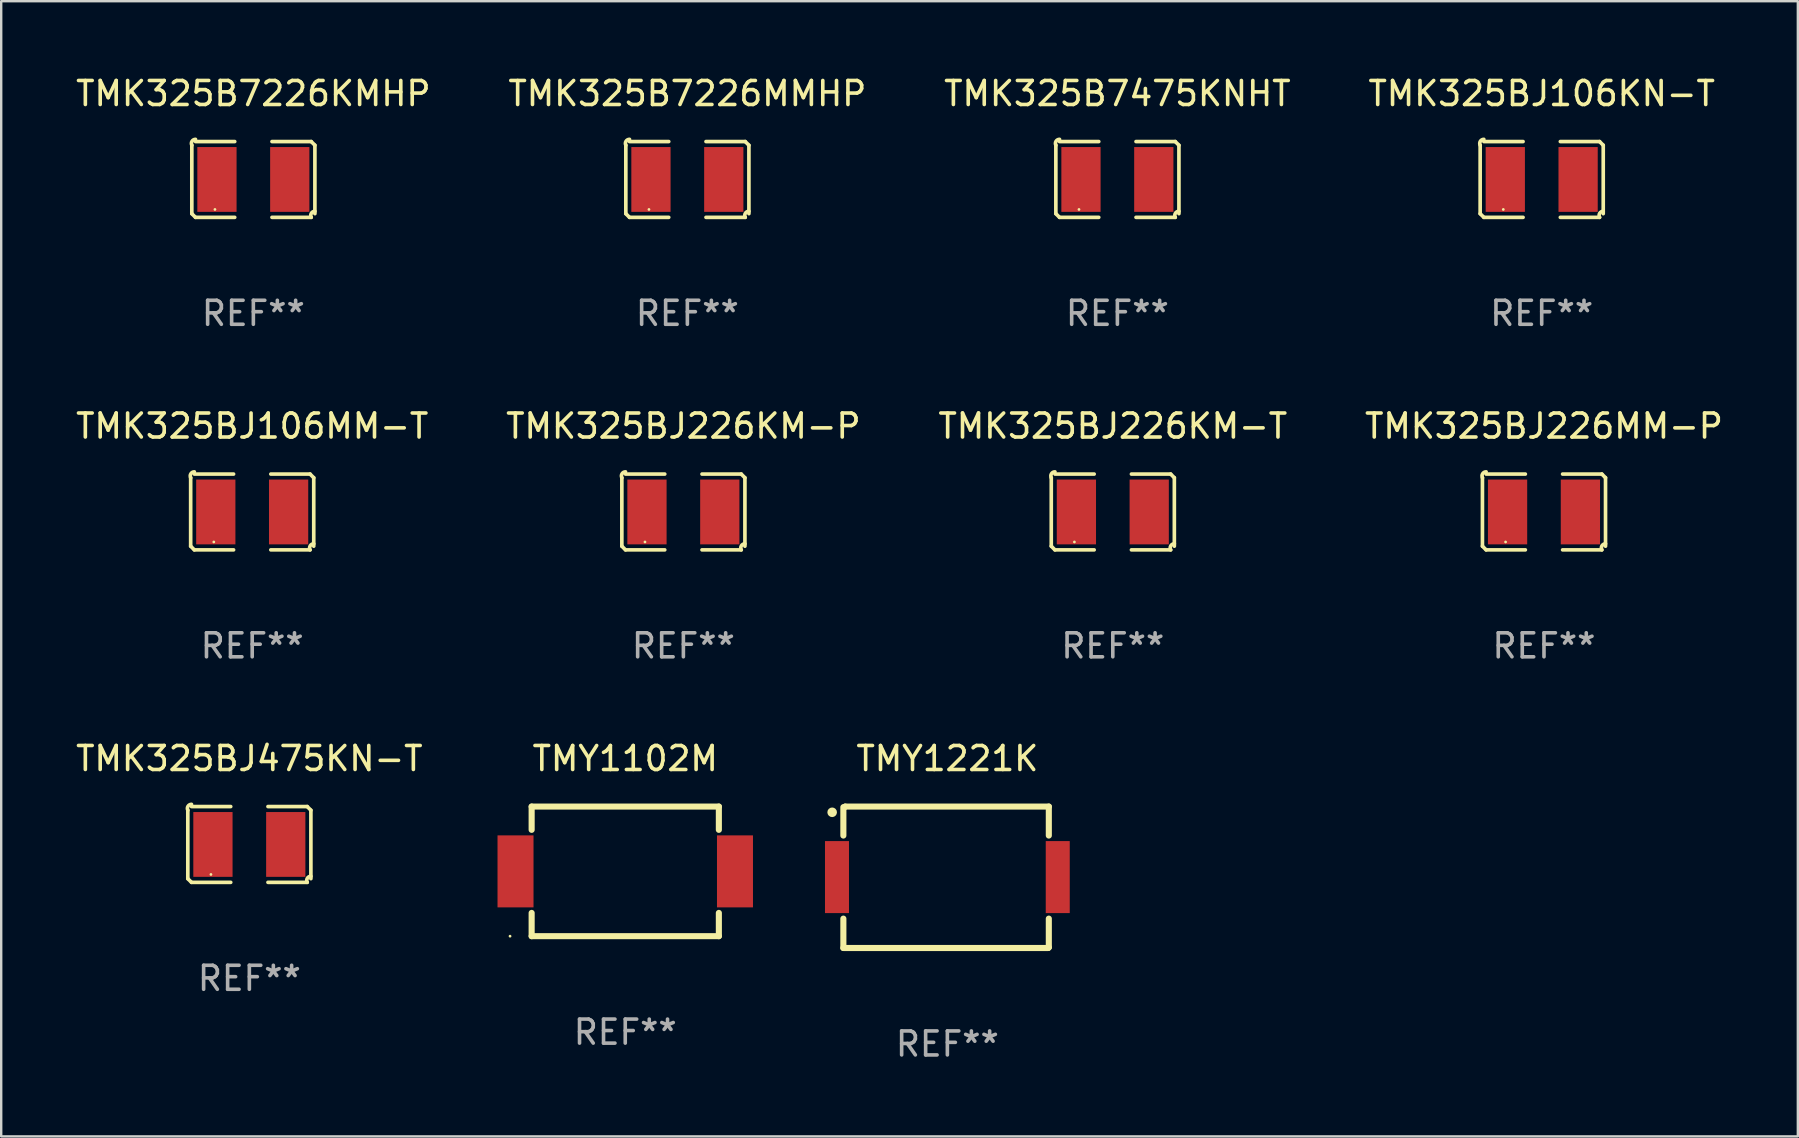
<source format=kicad_pcb>
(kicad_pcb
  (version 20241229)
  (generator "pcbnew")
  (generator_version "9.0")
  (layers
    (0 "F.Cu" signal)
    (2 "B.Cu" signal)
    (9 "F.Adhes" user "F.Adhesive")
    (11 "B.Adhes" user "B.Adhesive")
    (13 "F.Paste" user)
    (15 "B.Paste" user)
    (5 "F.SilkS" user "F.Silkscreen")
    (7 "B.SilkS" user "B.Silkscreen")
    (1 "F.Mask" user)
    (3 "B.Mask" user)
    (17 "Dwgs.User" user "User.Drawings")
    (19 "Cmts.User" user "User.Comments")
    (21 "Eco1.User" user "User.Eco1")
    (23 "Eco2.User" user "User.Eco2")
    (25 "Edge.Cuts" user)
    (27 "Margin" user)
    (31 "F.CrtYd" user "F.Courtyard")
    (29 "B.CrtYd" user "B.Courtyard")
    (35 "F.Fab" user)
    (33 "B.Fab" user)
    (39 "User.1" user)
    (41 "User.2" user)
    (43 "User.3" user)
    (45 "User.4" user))
  (footprint "TMK325BJ226KM-T"
    (layer "F.Cu")
    (at 43.315 18.281)
    (property "Reference" "TMK325BJ226KM-T" (at 0 -3.579 0) (layer "F.SilkS") (effects (font (size 1 1) (thickness 0.15))))
    (attr through_hole)
    (fp_line (start -2.564 1.426) (end -2.564 -1.426) (stroke (width 0.152) (type solid)) (layer "F.SilkS"))
    (fp_line (start -2.411 -1.579) (end -0.776 -1.579) (stroke (width 0.152) (type solid)) (layer "F.SilkS"))
    (fp_line (start -0.776 1.579) (end -2.411 1.579) (stroke (width 0.152) (type solid)) (layer "F.SilkS"))
    (fp_line (start 0.776 1.579) (end 2.411 1.579) (stroke (width 0.152) (type solid)) (layer "F.SilkS"))
    (fp_line (start 2.411 -1.579) (end 0.776 -1.579) (stroke (width 0.152) (type solid)) (layer "F.SilkS"))
    (fp_line (start 2.564 1.426) (end 2.564 -1.426) (stroke (width 0.152) (type solid)) (layer "F.SilkS"))
    (fp_arc (start -2.563602 -1.426213) (mid -2.555597 -1.591233) (end -2.411201 -1.671518) (stroke (width 0.1524) (type solid)) (layer "F.SilkS"))
    (fp_arc (start -2.5636 1.426214) (mid -2.487389 1.502402) (end -2.411201 1.578613) (stroke (width 0.1524) (type solid)) (layer "F.SilkS"))
    (fp_arc (start 2.411197 -1.578618) (mid 2.487403 -1.502419) (end 2.563602 -1.426213) (stroke (width 0.1524) (type solid)) (layer "F.SilkS"))
    (fp_arc (start 2.411201 1.578613) (mid 2.416214 1.409455) (end 2.563602 1.32629) (stroke (width 0.1524) (type solid)) (layer "F.SilkS"))
    (fp_circle (center -1.6 1.25) (end -1.57 1.25) (stroke (width 0.06) (type solid)) (fill no) (layer "F.SilkS"))
    (fp_text user "REF**" (at 0 5.579 0) (layer "F.Fab") (effects (font (size 1 1) (thickness 0.15))))
    (pad "1" smd rect (at -1.517 0) (size 1.635 2.7) (layers "F.Cu" "F.Mask" "F.Paste"))
    (pad "2" smd rect (at 1.517 0) (size 1.635 2.7) (layers "F.Cu" "F.Mask" "F.Paste")))
  (footprint "TMK325BJ106KN-T"
    (layer "F.Cu")
    (at 61.185 4.427)
    (property "Reference" "TMK325BJ106KN-T" (at 0 -3.579 0) (layer "F.SilkS") (effects (font (size 1 1) (thickness 0.15))))
    (attr through_hole)
    (fp_line (start -2.564 1.426) (end -2.564 -1.426) (stroke (width 0.152) (type solid)) (layer "F.SilkS"))
    (fp_line (start -2.411 -1.579) (end -0.776 -1.579) (stroke (width 0.152) (type solid)) (layer "F.SilkS"))
    (fp_line (start -0.776 1.579) (end -2.411 1.579) (stroke (width 0.152) (type solid)) (layer "F.SilkS"))
    (fp_line (start 0.776 1.579) (end 2.411 1.579) (stroke (width 0.152) (type solid)) (layer "F.SilkS"))
    (fp_line (start 2.411 -1.579) (end 0.776 -1.579) (stroke (width 0.152) (type solid)) (layer "F.SilkS"))
    (fp_line (start 2.564 1.426) (end 2.564 -1.426) (stroke (width 0.152) (type solid)) (layer "F.SilkS"))
    (fp_arc (start -2.563602 -1.426213) (mid -2.555597 -1.591233) (end -2.411201 -1.671518) (stroke (width 0.1524) (type solid)) (layer "F.SilkS"))
    (fp_arc (start -2.5636 1.426214) (mid -2.487389 1.502402) (end -2.411201 1.578613) (stroke (width 0.1524) (type solid)) (layer "F.SilkS"))
    (fp_arc (start 2.411197 -1.578618) (mid 2.487403 -1.502419) (end 2.563602 -1.426213) (stroke (width 0.1524) (type solid)) (layer "F.SilkS"))
    (fp_arc (start 2.411201 1.578613) (mid 2.416214 1.409455) (end 2.563602 1.32629) (stroke (width 0.1524) (type solid)) (layer "F.SilkS"))
    (fp_circle (center -1.6 1.25) (end -1.57 1.25) (stroke (width 0.06) (type solid)) (fill no) (layer "F.SilkS"))
    (fp_text user "REF**" (at 0 5.579 0) (layer "F.Fab") (effects (font (size 1 1) (thickness 0.15))))
    (pad "1" smd rect (at -1.517 0) (size 1.635 2.7) (layers "F.Cu" "F.Mask" "F.Paste"))
    (pad "2" smd rect (at 1.517 0) (size 1.635 2.7) (layers "F.Cu" "F.Mask" "F.Paste")))
  (footprint "TMK325BJ475KN-T"
    (layer "F.Cu")
    (at 7.339 32.134)
    (property "Reference" "TMK325BJ475KN-T" (at 0 -3.579 0) (layer "F.SilkS") (effects (font (size 1 1) (thickness 0.15))))
    (attr through_hole)
    (fp_line (start -2.564 1.426) (end -2.564 -1.426) (stroke (width 0.152) (type solid)) (layer "F.SilkS"))
    (fp_line (start -2.411 -1.579) (end -0.776 -1.579) (stroke (width 0.152) (type solid)) (layer "F.SilkS"))
    (fp_line (start -0.776 1.579) (end -2.411 1.579) (stroke (width 0.152) (type solid)) (layer "F.SilkS"))
    (fp_line (start 0.776 1.579) (end 2.411 1.579) (stroke (width 0.152) (type solid)) (layer "F.SilkS"))
    (fp_line (start 2.411 -1.579) (end 0.776 -1.579) (stroke (width 0.152) (type solid)) (layer "F.SilkS"))
    (fp_line (start 2.564 1.426) (end 2.564 -1.426) (stroke (width 0.152) (type solid)) (layer "F.SilkS"))
    (fp_arc (start -2.563602 -1.426213) (mid -2.555597 -1.591233) (end -2.411201 -1.671518) (stroke (width 0.1524) (type solid)) (layer "F.SilkS"))
    (fp_arc (start -2.5636 1.426214) (mid -2.487389 1.502402) (end -2.411201 1.578613) (stroke (width 0.1524) (type solid)) (layer "F.SilkS"))
    (fp_arc (start 2.411197 -1.578618) (mid 2.487403 -1.502419) (end 2.563602 -1.426213) (stroke (width 0.1524) (type solid)) (layer "F.SilkS"))
    (fp_arc (start 2.411201 1.578613) (mid 2.416214 1.409455) (end 2.563602 1.32629) (stroke (width 0.1524) (type solid)) (layer "F.SilkS"))
    (fp_circle (center -1.6 1.25) (end -1.57 1.25) (stroke (width 0.06) (type solid)) (fill no) (layer "F.SilkS"))
    (fp_text user "REF**" (at 0 5.579 0) (layer "F.Fab") (effects (font (size 1 1) (thickness 0.15))))
    (pad "1" smd rect (at -1.517 0) (size 1.635 2.7) (layers "F.Cu" "F.Mask" "F.Paste"))
    (pad "2" smd rect (at 1.517 0) (size 1.635 2.7) (layers "F.Cu" "F.Mask" "F.Paste")))
  (footprint "TMK325B7226KMHP"
    (layer "F.Cu")
    (at 7.506 4.427)
    (property "Reference" "TMK325B7226KMHP" (at 0 -3.579 0) (layer "F.SilkS") (effects (font (size 1 1) (thickness 0.15))))
    (attr through_hole)
    (fp_line (start -2.564 1.426) (end -2.564 -1.426) (stroke (width 0.152) (type solid)) (layer "F.SilkS"))
    (fp_line (start -2.411 -1.579) (end -0.776 -1.579) (stroke (width 0.152) (type solid)) (layer "F.SilkS"))
    (fp_line (start -0.776 1.579) (end -2.411 1.579) (stroke (width 0.152) (type solid)) (layer "F.SilkS"))
    (fp_line (start 0.776 1.579) (end 2.411 1.579) (stroke (width 0.152) (type solid)) (layer "F.SilkS"))
    (fp_line (start 2.411 -1.579) (end 0.776 -1.579) (stroke (width 0.152) (type solid)) (layer "F.SilkS"))
    (fp_line (start 2.564 1.426) (end 2.564 -1.426) (stroke (width 0.152) (type solid)) (layer "F.SilkS"))
    (fp_arc (start -2.563602 -1.426213) (mid -2.555597 -1.591233) (end -2.411201 -1.671518) (stroke (width 0.1524) (type solid)) (layer "F.SilkS"))
    (fp_arc (start -2.5636 1.426214) (mid -2.487389 1.502402) (end -2.411201 1.578613) (stroke (width 0.1524) (type solid)) (layer "F.SilkS"))
    (fp_arc (start 2.411197 -1.578618) (mid 2.487403 -1.502419) (end 2.563602 -1.426213) (stroke (width 0.1524) (type solid)) (layer "F.SilkS"))
    (fp_arc (start 2.411201 1.578613) (mid 2.416214 1.409455) (end 2.563602 1.32629) (stroke (width 0.1524) (type solid)) (layer "F.SilkS"))
    (fp_circle (center -1.6 1.25) (end -1.57 1.25) (stroke (width 0.06) (type solid)) (fill no) (layer "F.SilkS"))
    (fp_text user "REF**" (at 0 5.579 0) (layer "F.Fab") (effects (font (size 1 1) (thickness 0.15))))
    (pad "1" smd rect (at -1.517 0) (size 1.635 2.7) (layers "F.Cu" "F.Mask" "F.Paste"))
    (pad "2" smd rect (at 1.517 0) (size 1.635 2.7) (layers "F.Cu" "F.Mask" "F.Paste")))
  (footprint "TMK325B7475KNHT"
    (layer "F.Cu")
    (at 43.506 4.427)
    (property "Reference" "TMK325B7475KNHT" (at 0 -3.579 0) (layer "F.SilkS") (effects (font (size 1 1) (thickness 0.15))))
    (attr through_hole)
    (fp_line (start -2.564 1.426) (end -2.564 -1.426) (stroke (width 0.152) (type solid)) (layer "F.SilkS"))
    (fp_line (start -2.411 -1.579) (end -0.776 -1.579) (stroke (width 0.152) (type solid)) (layer "F.SilkS"))
    (fp_line (start -0.776 1.579) (end -2.411 1.579) (stroke (width 0.152) (type solid)) (layer "F.SilkS"))
    (fp_line (start 0.776 1.579) (end 2.411 1.579) (stroke (width 0.152) (type solid)) (layer "F.SilkS"))
    (fp_line (start 2.411 -1.579) (end 0.776 -1.579) (stroke (width 0.152) (type solid)) (layer "F.SilkS"))
    (fp_line (start 2.564 1.426) (end 2.564 -1.426) (stroke (width 0.152) (type solid)) (layer "F.SilkS"))
    (fp_arc (start -2.563602 -1.426213) (mid -2.555597 -1.591233) (end -2.411201 -1.671518) (stroke (width 0.1524) (type solid)) (layer "F.SilkS"))
    (fp_arc (start -2.5636 1.426214) (mid -2.487389 1.502402) (end -2.411201 1.578613) (stroke (width 0.1524) (type solid)) (layer "F.SilkS"))
    (fp_arc (start 2.411197 -1.578618) (mid 2.487403 -1.502419) (end 2.563602 -1.426213) (stroke (width 0.1524) (type solid)) (layer "F.SilkS"))
    (fp_arc (start 2.411201 1.578613) (mid 2.416214 1.409455) (end 2.563602 1.32629) (stroke (width 0.1524) (type solid)) (layer "F.SilkS"))
    (fp_circle (center -1.6 1.25) (end -1.57 1.25) (stroke (width 0.06) (type solid)) (fill no) (layer "F.SilkS"))
    (fp_text user "REF**" (at 0 5.579 0) (layer "F.Fab") (effects (font (size 1 1) (thickness 0.15))))
    (pad "1" smd rect (at -1.517 0) (size 1.635 2.7) (layers "F.Cu" "F.Mask" "F.Paste"))
    (pad "2" smd rect (at 1.517 0) (size 1.635 2.7) (layers "F.Cu" "F.Mask" "F.Paste")))
  (footprint "TMK325BJ106MM-T"
    (layer "F.Cu")
    (at 7.458 18.281)
    (property "Reference" "TMK325BJ106MM-T" (at 0 -3.579 0) (layer "F.SilkS") (effects (font (size 1 1) (thickness 0.15))))
    (attr through_hole)
    (fp_line (start -2.564 1.426) (end -2.564 -1.426) (stroke (width 0.152) (type solid)) (layer "F.SilkS"))
    (fp_line (start -2.411 -1.579) (end -0.776 -1.579) (stroke (width 0.152) (type solid)) (layer "F.SilkS"))
    (fp_line (start -0.776 1.579) (end -2.411 1.579) (stroke (width 0.152) (type solid)) (layer "F.SilkS"))
    (fp_line (start 0.776 1.579) (end 2.411 1.579) (stroke (width 0.152) (type solid)) (layer "F.SilkS"))
    (fp_line (start 2.411 -1.579) (end 0.776 -1.579) (stroke (width 0.152) (type solid)) (layer "F.SilkS"))
    (fp_line (start 2.564 1.426) (end 2.564 -1.426) (stroke (width 0.152) (type solid)) (layer "F.SilkS"))
    (fp_arc (start -2.563602 -1.426213) (mid -2.555597 -1.591233) (end -2.411201 -1.671518) (stroke (width 0.1524) (type solid)) (layer "F.SilkS"))
    (fp_arc (start -2.5636 1.426214) (mid -2.487389 1.502402) (end -2.411201 1.578613) (stroke (width 0.1524) (type solid)) (layer "F.SilkS"))
    (fp_arc (start 2.411197 -1.578618) (mid 2.487403 -1.502419) (end 2.563602 -1.426213) (stroke (width 0.1524) (type solid)) (layer "F.SilkS"))
    (fp_arc (start 2.411201 1.578613) (mid 2.416214 1.409455) (end 2.563602 1.32629) (stroke (width 0.1524) (type solid)) (layer "F.SilkS"))
    (fp_circle (center -1.6 1.25) (end -1.57 1.25) (stroke (width 0.06) (type solid)) (fill no) (layer "F.SilkS"))
    (fp_text user "REF**" (at 0 5.579 0) (layer "F.Fab") (effects (font (size 1 1) (thickness 0.15))))
    (pad "1" smd rect (at -1.517 0) (size 1.635 2.7) (layers "F.Cu" "F.Mask" "F.Paste"))
    (pad "2" smd rect (at 1.517 0) (size 1.635 2.7) (layers "F.Cu" "F.Mask" "F.Paste")))
  (footprint "TMK325B7226MMHP"
    (layer "F.Cu")
    (at 25.589 4.427)
    (property "Reference" "TMK325B7226MMHP" (at 0 -3.579 0) (layer "F.SilkS") (effects (font (size 1 1) (thickness 0.15))))
    (attr through_hole)
    (fp_line (start -2.564 1.426) (end -2.564 -1.426) (stroke (width 0.152) (type solid)) (layer "F.SilkS"))
    (fp_line (start -2.411 -1.579) (end -0.776 -1.579) (stroke (width 0.152) (type solid)) (layer "F.SilkS"))
    (fp_line (start -0.776 1.579) (end -2.411 1.579) (stroke (width 0.152) (type solid)) (layer "F.SilkS"))
    (fp_line (start 0.776 1.579) (end 2.411 1.579) (stroke (width 0.152) (type solid)) (layer "F.SilkS"))
    (fp_line (start 2.411 -1.579) (end 0.776 -1.579) (stroke (width 0.152) (type solid)) (layer "F.SilkS"))
    (fp_line (start 2.564 1.426) (end 2.564 -1.426) (stroke (width 0.152) (type solid)) (layer "F.SilkS"))
    (fp_arc (start -2.563602 -1.426213) (mid -2.555597 -1.591233) (end -2.411201 -1.671518) (stroke (width 0.1524) (type solid)) (layer "F.SilkS"))
    (fp_arc (start -2.5636 1.426214) (mid -2.487389 1.502402) (end -2.411201 1.578613) (stroke (width 0.1524) (type solid)) (layer "F.SilkS"))
    (fp_arc (start 2.411197 -1.578618) (mid 2.487403 -1.502419) (end 2.563602 -1.426213) (stroke (width 0.1524) (type solid)) (layer "F.SilkS"))
    (fp_arc (start 2.411201 1.578613) (mid 2.416214 1.409455) (end 2.563602 1.32629) (stroke (width 0.1524) (type solid)) (layer "F.SilkS"))
    (fp_circle (center -1.6 1.25) (end -1.57 1.25) (stroke (width 0.06) (type solid)) (fill no) (layer "F.SilkS"))
    (fp_text user "REF**" (at 0 5.579 0) (layer "F.Fab") (effects (font (size 1 1) (thickness 0.15))))
    (pad "1" smd rect (at -1.517 0) (size 1.635 2.7) (layers "F.Cu" "F.Mask" "F.Paste"))
    (pad "2" smd rect (at 1.517 0) (size 1.635 2.7) (layers "F.Cu" "F.Mask" "F.Paste")))
  (footprint "TMK325BJ226MM-P"
    (layer "F.Cu")
    (at 61.28 18.281)
    (property "Reference" "TMK325BJ226MM-P" (at 0 -3.579 0) (layer "F.SilkS") (effects (font (size 1 1) (thickness 0.15))))
    (attr through_hole)
    (fp_line (start -2.564 1.426) (end -2.564 -1.426) (stroke (width 0.152) (type solid)) (layer "F.SilkS"))
    (fp_line (start -2.411 -1.579) (end -0.776 -1.579) (stroke (width 0.152) (type solid)) (layer "F.SilkS"))
    (fp_line (start -0.776 1.579) (end -2.411 1.579) (stroke (width 0.152) (type solid)) (layer "F.SilkS"))
    (fp_line (start 0.776 1.579) (end 2.411 1.579) (stroke (width 0.152) (type solid)) (layer "F.SilkS"))
    (fp_line (start 2.411 -1.579) (end 0.776 -1.579) (stroke (width 0.152) (type solid)) (layer "F.SilkS"))
    (fp_line (start 2.564 1.426) (end 2.564 -1.426) (stroke (width 0.152) (type solid)) (layer "F.SilkS"))
    (fp_arc (start -2.563602 -1.426213) (mid -2.555597 -1.591233) (end -2.411201 -1.671518) (stroke (width 0.1524) (type solid)) (layer "F.SilkS"))
    (fp_arc (start -2.5636 1.426214) (mid -2.487389 1.502402) (end -2.411201 1.578613) (stroke (width 0.1524) (type solid)) (layer "F.SilkS"))
    (fp_arc (start 2.411197 -1.578618) (mid 2.487403 -1.502419) (end 2.563602 -1.426213) (stroke (width 0.1524) (type solid)) (layer "F.SilkS"))
    (fp_arc (start 2.411201 1.578613) (mid 2.416214 1.409455) (end 2.563602 1.32629) (stroke (width 0.1524) (type solid)) (layer "F.SilkS"))
    (fp_circle (center -1.6 1.25) (end -1.57 1.25) (stroke (width 0.06) (type solid)) (fill no) (layer "F.SilkS"))
    (fp_text user "REF**" (at 0 5.579 0) (layer "F.Fab") (effects (font (size 1 1) (thickness 0.15))))
    (pad "1" smd rect (at -1.517 0) (size 1.635 2.7) (layers "F.Cu" "F.Mask" "F.Paste"))
    (pad "2" smd rect (at 1.517 0) (size 1.635 2.7) (layers "F.Cu" "F.Mask" "F.Paste")))
  (footprint "TMY1102M"
    (layer "F.Cu")
    (at 23.001 33.256)
    (property "Reference" "TMY1102M" (at 0 -4.7 0) (layer "F.SilkS") (effects (font (size 1 1) (thickness 0.15))))
    (attr through_hole)
    (fp_line (start -3.9 -2.7) (end 3.9 -2.7) (stroke (width 0.254) (type solid)) (layer "F.SilkS"))
    (fp_line (start -3.9 -1.731) (end -3.9 -2.7) (stroke (width 0.254) (type solid)) (layer "F.SilkS"))
    (fp_line (start -3.9 2.7) (end -3.9 1.731) (stroke (width 0.254) (type solid)) (layer "F.SilkS"))
    (fp_line (start -3.9 2.7) (end 3.9 2.7) (stroke (width 0.254) (type solid)) (layer "F.SilkS"))
    (fp_line (start 3.9 -2.7) (end 3.9 -1.731) (stroke (width 0.254) (type solid)) (layer "F.SilkS"))
    (fp_line (start 3.9 1.731) (end 3.9 2.7) (stroke (width 0.254) (type solid)) (layer "F.SilkS"))
    (fp_circle (center -4.8 2.7) (end -4.77 2.7) (stroke (width 0.06) (type solid)) (fill no) (layer "F.SilkS"))
    (fp_text user "REF**" (at 0 6.7 0) (layer "F.Fab") (effects (font (size 1 1) (thickness 0.15))))
    (pad "1" smd rect (at -4.572 -0.000013) (size 1.5 3) (layers "F.Cu" "F.Mask" "F.Paste"))
    (pad "2" smd rect (at 4.572 -0.000013) (size 1.5 3) (layers "F.Cu" "F.Mask" "F.Paste")))
  (footprint "TMY1221K"
    (layer "F.Cu")
    (at 36.422 33.502)
    (property "Reference" "TMY1221K" (at 0 -4.946 0) (layer "F.SilkS") (effects (font (size 1 1) (thickness 0.15))))
    (attr through_hole)
    (fp_line (start -4.333 -2.921) (end -4.333 -1.739) (stroke (width 0.254) (type solid)) (layer "F.SilkS"))
    (fp_line (start -4.333 1.723) (end -4.333 2.946) (stroke (width 0.254) (type solid)) (layer "F.SilkS"))
    (fp_line (start -4.333 2.946) (end 4.201 2.946) (stroke (width 0.254) (type solid)) (layer "F.SilkS"))
    (fp_line (start -4.257 -2.946) (end -4.282 -2.921) (stroke (width 0.254) (type solid)) (layer "F.SilkS"))
    (fp_line (start 4.201 2.946) (end 4.227 2.921) (stroke (width 0.254) (type solid)) (layer "F.SilkS"))
    (fp_line (start 4.227 -2.946) (end -4.257 -2.946) (stroke (width 0.254) (type solid)) (layer "F.SilkS"))
    (fp_line (start 4.227 -1.739) (end 4.227 -2.946) (stroke (width 0.254) (type solid)) (layer "F.SilkS"))
    (fp_line (start 4.227 2.921) (end 4.227 1.723) (stroke (width 0.254) (type solid)) (layer "F.SilkS"))
    (fp_circle (center -4.8 -2.708) (end -4.7 -2.708) (stroke (width 0.2) (type solid)) (fill no) (layer "F.SilkS"))
    (fp_text user "REF**" (at 0 6.946 0) (layer "F.Fab") (effects (font (size 1 1) (thickness 0.15))))
    (pad "1" smd rect (at -4.599 -0.008) (size 1 3) (layers "F.Cu" "F.Mask" "F.Paste"))
    (pad "2" smd rect (at 4.599 -0.008) (size 1 3) (layers "F.Cu" "F.Mask" "F.Paste")))
  (footprint "TMK325BJ226KM-P"
    (layer "F.Cu")
    (at 25.423 18.281)
    (property "Reference" "TMK325BJ226KM-P" (at 0 -3.579 0) (layer "F.SilkS") (effects (font (size 1 1) (thickness 0.15))))
    (attr through_hole)
    (fp_line (start -2.564 1.426) (end -2.564 -1.426) (stroke (width 0.152) (type solid)) (layer "F.SilkS"))
    (fp_line (start -2.411 -1.579) (end -0.776 -1.579) (stroke (width 0.152) (type solid)) (layer "F.SilkS"))
    (fp_line (start -0.776 1.579) (end -2.411 1.579) (stroke (width 0.152) (type solid)) (layer "F.SilkS"))
    (fp_line (start 0.776 1.579) (end 2.411 1.579) (stroke (width 0.152) (type solid)) (layer "F.SilkS"))
    (fp_line (start 2.411 -1.579) (end 0.776 -1.579) (stroke (width 0.152) (type solid)) (layer "F.SilkS"))
    (fp_line (start 2.564 1.426) (end 2.564 -1.426) (stroke (width 0.152) (type solid)) (layer "F.SilkS"))
    (fp_arc (start -2.563602 -1.426213) (mid -2.555597 -1.591233) (end -2.411201 -1.671518) (stroke (width 0.1524) (type solid)) (layer "F.SilkS"))
    (fp_arc (start -2.5636 1.426214) (mid -2.487389 1.502402) (end -2.411201 1.578613) (stroke (width 0.1524) (type solid)) (layer "F.SilkS"))
    (fp_arc (start 2.411197 -1.578618) (mid 2.487403 -1.502419) (end 2.563602 -1.426213) (stroke (width 0.1524) (type solid)) (layer "F.SilkS"))
    (fp_arc (start 2.411201 1.578613) (mid 2.416214 1.409455) (end 2.563602 1.32629) (stroke (width 0.1524) (type solid)) (layer "F.SilkS"))
    (fp_circle (center -1.6 1.25) (end -1.57 1.25) (stroke (width 0.06) (type solid)) (fill no) (layer "F.SilkS"))
    (fp_text user "REF**" (at 0 5.579 0) (layer "F.Fab") (effects (font (size 1 1) (thickness 0.15))))
    (pad "1" smd rect (at -1.517 0) (size 1.635 2.7) (layers "F.Cu" "F.Mask" "F.Paste"))
    (pad "2" smd rect (at 1.517 0) (size 1.635 2.7) (layers "F.Cu" "F.Mask" "F.Paste")))
  (gr_rect
    (start -3 -3)
    (end 71.857 44.297)
    (stroke (width 0.1) (type default))
    (fill no)
    (layer "Edge.Cuts")))
</source>
